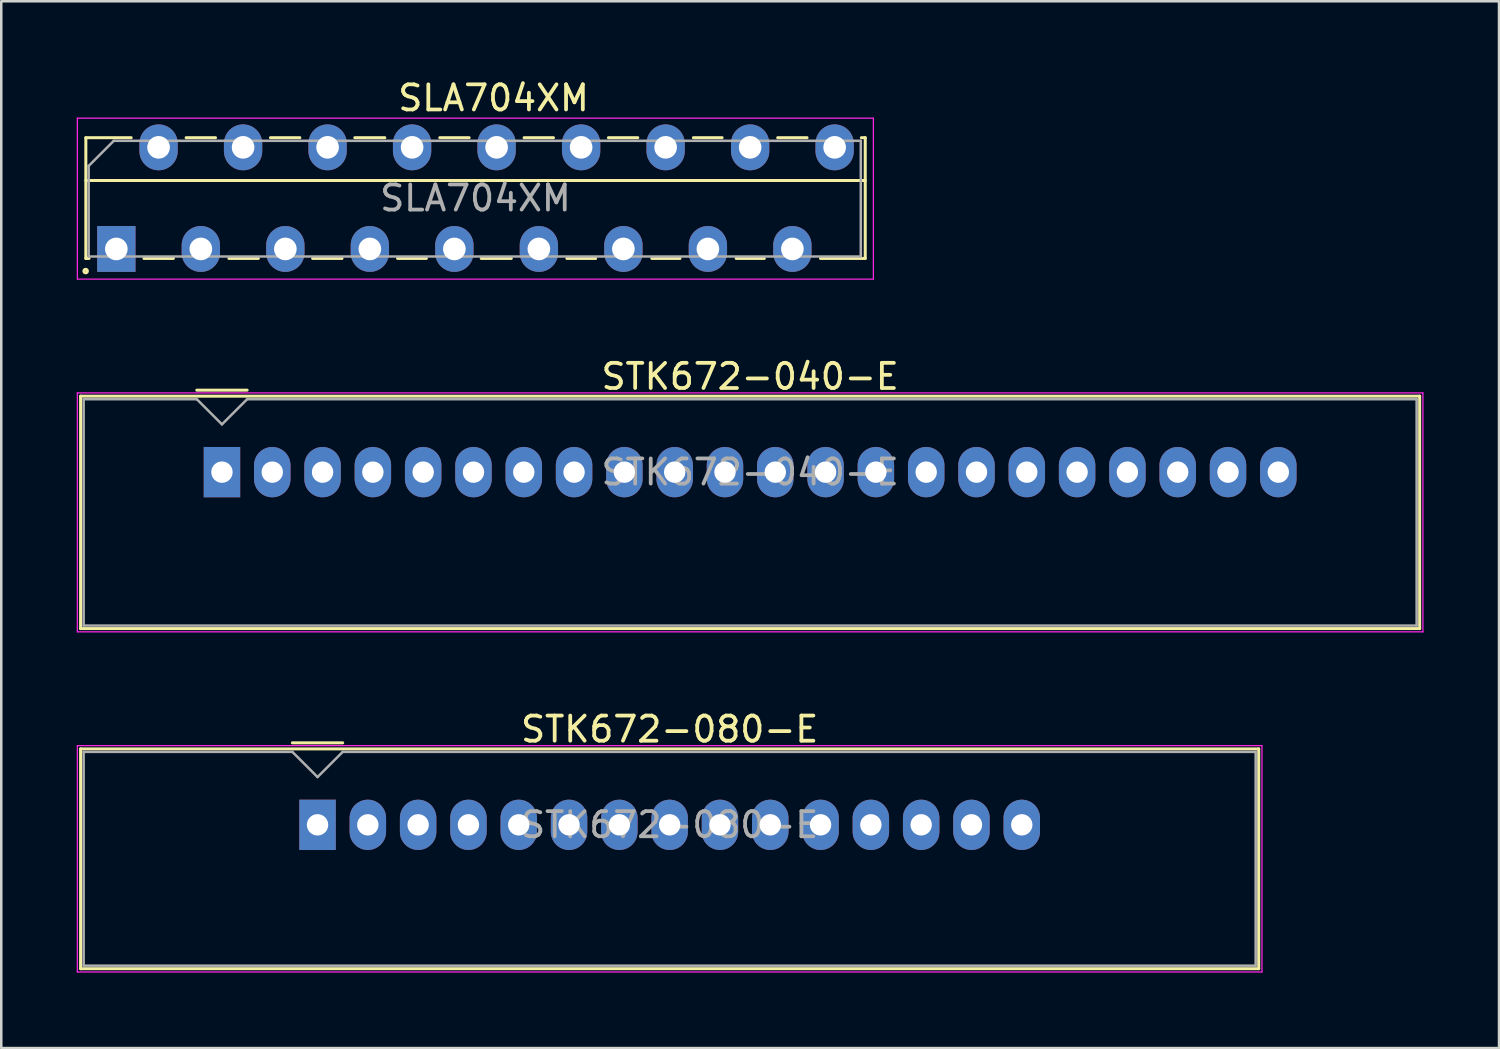
<source format=kicad_pcb>
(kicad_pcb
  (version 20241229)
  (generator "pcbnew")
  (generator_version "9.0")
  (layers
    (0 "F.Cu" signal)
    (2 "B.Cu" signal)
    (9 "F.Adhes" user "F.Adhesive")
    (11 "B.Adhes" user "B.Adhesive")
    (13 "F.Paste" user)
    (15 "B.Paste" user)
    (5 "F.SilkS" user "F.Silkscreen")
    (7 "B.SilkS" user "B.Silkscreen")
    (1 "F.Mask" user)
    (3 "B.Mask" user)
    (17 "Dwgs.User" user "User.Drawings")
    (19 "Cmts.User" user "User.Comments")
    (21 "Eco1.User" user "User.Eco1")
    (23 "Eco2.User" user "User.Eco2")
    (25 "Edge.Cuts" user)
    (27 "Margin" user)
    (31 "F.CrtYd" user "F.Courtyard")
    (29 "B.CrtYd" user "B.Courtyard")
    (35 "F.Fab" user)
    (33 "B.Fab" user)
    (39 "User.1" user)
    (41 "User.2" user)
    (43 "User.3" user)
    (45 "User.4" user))
  (footprint "SLA704XM"
    (layer "F.Cu")
    (at 1.575 6.848)
    (property "Reference" "SLA704XM" (at 15 -6 0) (layer "F.SilkS") (effects (font (size 1 1) (thickness 0.15))))
    (attr through_hole)
    (fp_line (start -1.212 -4.423) (end 0.591 -4.423) (stroke (width 0.12) (type solid)) (layer "F.SilkS"))
    (fp_line (start -1.212 -2.721) (end 29.776 -2.721) (stroke (width 0.12) (type solid)) (layer "F.SilkS"))
    (fp_line (start -1.212 0.377) (end -1.212 -4.423) (stroke (width 0.12) (type solid)) (layer "F.SilkS"))
    (fp_line (start -1.212 0.377) (end -1.085 0.377) (stroke (width 0.12) (type solid)) (layer "F.SilkS"))
    (fp_line (start 1.099 0.377) (end 2.268 0.377) (stroke (width 0.12) (type solid)) (layer "F.SilkS"))
    (fp_line (start 2.776 -4.423) (end 3.944 -4.423) (stroke (width 0.12) (type solid)) (layer "F.SilkS"))
    (fp_line (start 4.477 0.377) (end 5.646 0.377) (stroke (width 0.12) (type solid)) (layer "F.SilkS"))
    (fp_line (start 6.128 -4.423) (end 7.297 -4.423) (stroke (width 0.12) (type solid)) (layer "F.SilkS"))
    (fp_line (start 7.805 0.377) (end 8.973 0.377) (stroke (width 0.12) (type solid)) (layer "F.SilkS"))
    (fp_line (start 9.481 -4.423) (end 10.675 -4.423) (stroke (width 0.12) (type solid)) (layer "F.SilkS"))
    (fp_line (start 11.183 0.377) (end 12.326 0.377) (stroke (width 0.12) (type solid)) (layer "F.SilkS"))
    (fp_line (start 12.859 -4.423) (end 14.028 -4.423) (stroke (width 0.12) (type solid)) (layer "F.SilkS"))
    (fp_line (start 14.51 0.377) (end 15.704 0.377) (stroke (width 0.12) (type solid)) (layer "F.SilkS"))
    (fp_line (start 16.212 -4.423) (end 17.381 -4.423) (stroke (width 0.12) (type solid)) (layer "F.SilkS"))
    (fp_line (start 17.914 0.377) (end 19.057 0.377) (stroke (width 0.12) (type solid)) (layer "F.SilkS"))
    (fp_line (start 19.565 -4.423) (end 20.733 -4.423) (stroke (width 0.12) (type solid)) (layer "F.SilkS"))
    (fp_line (start 21.292 0.377) (end 22.41 0.377) (stroke (width 0.12) (type solid)) (layer "F.SilkS"))
    (fp_line (start 22.943 -4.423) (end 24.086 -4.423) (stroke (width 0.12) (type solid)) (layer "F.SilkS"))
    (fp_line (start 24.645 0.377) (end 25.763 0.377) (stroke (width 0.12) (type solid)) (layer "F.SilkS"))
    (fp_line (start 26.296 -4.423) (end 27.464 -4.423) (stroke (width 0.12) (type solid)) (layer "F.SilkS"))
    (fp_line (start 29.623 -4.423) (end 29.776 -4.423) (stroke (width 0.12) (type solid)) (layer "F.SilkS"))
    (fp_line (start 29.776 -4.423) (end 29.776 0.377) (stroke (width 0.12) (type solid)) (layer "F.SilkS"))
    (fp_line (start 29.776 0.377) (end 27.998 0.377) (stroke (width 0.12) (type solid)) (layer "F.SilkS"))
    (fp_circle (center -1.22 0.88) (end -1.22 0.87) (stroke (width 0.12) (type solid)) (fill no) (layer "F.SilkS"))
    (fp_line (start -1.55 -5.2) (end 30.1 -5.2) (stroke (width 0.05) (type solid)) (layer "F.CrtYd"))
    (fp_line (start -1.55 1.2) (end -1.55 -5.2) (stroke (width 0.05) (type solid)) (layer "F.CrtYd"))
    (fp_line (start 30.1 -5.2) (end 30.1 1.2) (stroke (width 0.05) (type solid)) (layer "F.CrtYd"))
    (fp_line (start 30.1 1.2) (end -1.55 1.2) (stroke (width 0.05) (type solid)) (layer "F.CrtYd"))
    (fp_line (start -1.1 -3.3) (end -0.1 -4.3) (stroke (width 0.1) (type solid)) (layer "F.Fab"))
    (fp_line (start -1.1 0.3) (end -1.1 -3.3) (stroke (width 0.1) (type solid)) (layer "F.Fab"))
    (fp_line (start -0.1 -4.3) (end 29.6 -4.3) (stroke (width 0.1) (type solid)) (layer "F.Fab"))
    (fp_line (start 29.6 -4.3) (end 29.6 0.3) (stroke (width 0.1) (type solid)) (layer "F.Fab"))
    (fp_line (start 29.6 0.3) (end -1.1 0.3) (stroke (width 0.1) (type solid)) (layer "F.Fab"))
    (fp_text user "${REFERENCE}" (at 14.28 -2.02 0) (layer "F.Fab") (effects (font (size 1 1) (thickness 0.15))))
    (pad "1" thru_hole rect (at 0 0) (size 1.524 1.824) (drill 0.9) (layers "*.Cu" "*.Mask"))
    (pad "2" thru_hole oval (at 1.68 -4.04) (size 1.524 1.824) (drill 0.9) (layers "*.Cu" "*.Mask"))
    (pad "3" thru_hole oval (at 3.36 0) (size 1.524 1.824) (drill 0.9) (layers "*.Cu" "*.Mask"))
    (pad "4" thru_hole oval (at 5.04 -4.04) (size 1.524 1.824) (drill 0.9) (layers "*.Cu" "*.Mask"))
    (pad "5" thru_hole oval (at 6.72 0) (size 1.524 1.824) (drill 0.9) (layers "*.Cu" "*.Mask"))
    (pad "6" thru_hole oval (at 8.4 -4.04) (size 1.524 1.824) (drill 0.9) (layers "*.Cu" "*.Mask"))
    (pad "7" thru_hole oval (at 10.08 0) (size 1.524 1.824) (drill 0.9) (layers "*.Cu" "*.Mask"))
    (pad "8" thru_hole oval (at 11.76 -4.04) (size 1.524 1.824) (drill 0.9) (layers "*.Cu" "*.Mask"))
    (pad "9" thru_hole oval (at 13.44 0) (size 1.524 1.824) (drill 0.9) (layers "*.Cu" "*.Mask"))
    (pad "10" thru_hole oval (at 15.12 -4.04) (size 1.524 1.824) (drill 0.9) (layers "*.Cu" "*.Mask"))
    (pad "11" thru_hole oval (at 16.8 0) (size 1.524 1.824) (drill 0.9) (layers "*.Cu" "*.Mask"))
    (pad "12" thru_hole oval (at 18.48 -4.04) (size 1.524 1.824) (drill 0.9) (layers "*.Cu" "*.Mask"))
    (pad "13" thru_hole oval (at 20.16 0) (size 1.524 1.824) (drill 0.9) (layers "*.Cu" "*.Mask"))
    (pad "14" thru_hole oval (at 21.84 -4.04) (size 1.524 1.824) (drill 0.9) (layers "*.Cu" "*.Mask"))
    (pad "15" thru_hole oval (at 23.52 0) (size 1.524 1.824) (drill 0.9) (layers "*.Cu" "*.Mask"))
    (pad "16" thru_hole oval (at 25.2 -4.04) (size 1.524 1.824) (drill 0.9) (layers "*.Cu" "*.Mask"))
    (pad "17" thru_hole oval (at 26.88 0) (size 1.524 1.824) (drill 0.9) (layers "*.Cu" "*.Mask"))
    (pad "18" thru_hole oval (at 28.56 -4.04) (size 1.524 1.824) (drill 0.9) (layers "*.Cu" "*.Mask")))
  (footprint "STK672-080-E"
    (layer "F.Cu")
    (at 9.575 29.745)
    (property "Reference" "STK672-080-E" (at 14 -3.8 0) (layer "F.SilkS") (effects (font (size 1 1) (thickness 0.15))))
    (attr through_hole)
    (fp_line (start -9.42 -3.02) (end 37.42 -3.02) (stroke (width 0.12) (type solid)) (layer "F.SilkS"))
    (fp_line (start -9.42 5.72) (end -9.42 -3.02) (stroke (width 0.12) (type solid)) (layer "F.SilkS"))
    (fp_line (start -1 -3.26) (end 1 -3.26) (stroke (width 0.12) (type solid)) (layer "F.SilkS"))
    (fp_line (start 37.42 -3.02) (end 37.42 5.72) (stroke (width 0.12) (type solid)) (layer "F.SilkS"))
    (fp_line (start 37.42 5.72) (end -9.42 5.72) (stroke (width 0.12) (type solid)) (layer "F.SilkS"))
    (fp_line (start -9.55 -3.15) (end -9.55 5.85) (stroke (width 0.05) (type solid)) (layer "F.CrtYd"))
    (fp_line (start -9.55 -3.15) (end 37.55 -3.15) (stroke (width 0.05) (type solid)) (layer "F.CrtYd"))
    (fp_line (start -9.55 5.85) (end 37.55 5.85) (stroke (width 0.05) (type solid)) (layer "F.CrtYd"))
    (fp_line (start 37.55 -3.15) (end 37.55 5.85) (stroke (width 0.05) (type solid)) (layer "F.CrtYd"))
    (fp_line (start -9.3 -2.9) (end -1 -2.9) (stroke (width 0.1) (type solid)) (layer "F.Fab"))
    (fp_line (start -9.3 5.6) (end -9.3 -2.9) (stroke (width 0.1) (type solid)) (layer "F.Fab"))
    (fp_line (start -1 -2.9) (end 0 -1.9) (stroke (width 0.1) (type solid)) (layer "F.Fab"))
    (fp_line (start 0 -1.9) (end 1 -2.9) (stroke (width 0.1) (type solid)) (layer "F.Fab"))
    (fp_line (start 1 -2.9) (end 37.3 -2.9) (stroke (width 0.1) (type solid)) (layer "F.Fab"))
    (fp_line (start 37.3 -2.9) (end 37.3 5.6) (stroke (width 0.1) (type solid)) (layer "F.Fab"))
    (fp_line (start 37.3 5.6) (end -9.3 5.6) (stroke (width 0.1) (type solid)) (layer "F.Fab"))
    (fp_text user "${REFERENCE}" (at 14 0 0) (layer "F.Fab") (effects (font (size 1 1) (thickness 0.15))))
    (pad "1" thru_hole rect (at 0 0) (size 1.45 2) (drill 0.85) (layers "*.Cu" "*.Mask"))
    (pad "2" thru_hole oval (at 2 0) (size 1.45 2) (drill 0.85) (layers "*.Cu" "*.Mask"))
    (pad "3" thru_hole oval (at 4 0) (size 1.45 2) (drill 0.85) (layers "*.Cu" "*.Mask"))
    (pad "4" thru_hole oval (at 6 0) (size 1.45 2) (drill 0.85) (layers "*.Cu" "*.Mask"))
    (pad "5" thru_hole oval (at 8 0) (size 1.45 2) (drill 0.85) (layers "*.Cu" "*.Mask"))
    (pad "6" thru_hole oval (at 10 0) (size 1.45 2) (drill 0.85) (layers "*.Cu" "*.Mask"))
    (pad "7" thru_hole oval (at 12 0) (size 1.45 2) (drill 0.85) (layers "*.Cu" "*.Mask"))
    (pad "8" thru_hole oval (at 14 0) (size 1.45 2) (drill 0.85) (layers "*.Cu" "*.Mask"))
    (pad "9" thru_hole oval (at 16 0) (size 1.45 2) (drill 0.85) (layers "*.Cu" "*.Mask"))
    (pad "10" thru_hole oval (at 18 0) (size 1.45 2) (drill 0.85) (layers "*.Cu" "*.Mask"))
    (pad "11" thru_hole oval (at 20 0) (size 1.45 2) (drill 0.85) (layers "*.Cu" "*.Mask"))
    (pad "12" thru_hole oval (at 22 0) (size 1.45 2) (drill 0.85) (layers "*.Cu" "*.Mask"))
    (pad "13" thru_hole oval (at 24 0) (size 1.45 2) (drill 0.85) (layers "*.Cu" "*.Mask"))
    (pad "14" thru_hole oval (at 26 0) (size 1.45 2) (drill 0.85) (layers "*.Cu" "*.Mask"))
    (pad "15" thru_hole oval (at 28 0) (size 1.45 2) (drill 0.85) (layers "*.Cu" "*.Mask")))
  (footprint "STK672-040-E"
    (layer "F.Cu")
    (at 5.775 15.722)
    (property "Reference" "STK672-040-E" (at 21 -3.8 0) (layer "F.SilkS") (effects (font (size 1 1) (thickness 0.15))))
    (attr through_hole)
    (fp_line (start -5.62 -3.02) (end 47.62 -3.02) (stroke (width 0.12) (type solid)) (layer "F.SilkS"))
    (fp_line (start -5.62 6.22) (end -5.62 -3.02) (stroke (width 0.12) (type solid)) (layer "F.SilkS"))
    (fp_line (start -1 -3.26) (end 1 -3.26) (stroke (width 0.12) (type solid)) (layer "F.SilkS"))
    (fp_line (start 47.62 -3.02) (end 47.62 6.22) (stroke (width 0.12) (type solid)) (layer "F.SilkS"))
    (fp_line (start 47.62 6.22) (end -5.62 6.22) (stroke (width 0.12) (type solid)) (layer "F.SilkS"))
    (fp_line (start -5.75 -3.15) (end 47.75 -3.15) (stroke (width 0.05) (type solid)) (layer "F.CrtYd"))
    (fp_line (start -5.75 6.35) (end -5.75 -3.15) (stroke (width 0.05) (type solid)) (layer "F.CrtYd"))
    (fp_line (start 47.75 -3.15) (end 47.75 6.35) (stroke (width 0.05) (type solid)) (layer "F.CrtYd"))
    (fp_line (start 47.75 6.35) (end -5.75 6.35) (stroke (width 0.05) (type solid)) (layer "F.CrtYd"))
    (fp_line (start -5.5 -2.9) (end -1 -2.9) (stroke (width 0.1) (type solid)) (layer "F.Fab"))
    (fp_line (start -5.5 6.1) (end -5.5 -2.9) (stroke (width 0.1) (type solid)) (layer "F.Fab"))
    (fp_line (start -1 -2.9) (end 0 -1.9) (stroke (width 0.1) (type solid)) (layer "F.Fab"))
    (fp_line (start 0 -1.9) (end 1 -2.9) (stroke (width 0.1) (type solid)) (layer "F.Fab"))
    (fp_line (start 1 -2.9) (end 47.5 -2.9) (stroke (width 0.1) (type solid)) (layer "F.Fab"))
    (fp_line (start 47.5 -2.9) (end 47.5 6.1) (stroke (width 0.1) (type solid)) (layer "F.Fab"))
    (fp_line (start 47.5 6.1) (end -5.5 6.1) (stroke (width 0.1) (type solid)) (layer "F.Fab"))
    (fp_text user "${REFERENCE}" (at 21 0 0) (layer "F.Fab") (effects (font (size 1 1) (thickness 0.15))))
    (pad "1" thru_hole rect (at 0 0) (size 1.45 2) (drill 0.85) (layers "*.Cu" "*.Mask"))
    (pad "2" thru_hole oval (at 2 0) (size 1.45 2) (drill 0.85) (layers "*.Cu" "*.Mask"))
    (pad "3" thru_hole oval (at 4 0) (size 1.45 2) (drill 0.85) (layers "*.Cu" "*.Mask"))
    (pad "4" thru_hole oval (at 6 0) (size 1.45 2) (drill 0.85) (layers "*.Cu" "*.Mask"))
    (pad "5" thru_hole oval (at 8 0) (size 1.45 2) (drill 0.85) (layers "*.Cu" "*.Mask"))
    (pad "6" thru_hole oval (at 10 0) (size 1.45 2) (drill 0.85) (layers "*.Cu" "*.Mask"))
    (pad "7" thru_hole oval (at 12 0) (size 1.45 2) (drill 0.85) (layers "*.Cu" "*.Mask"))
    (pad "8" thru_hole oval (at 14 0) (size 1.45 2) (drill 0.85) (layers "*.Cu" "*.Mask"))
    (pad "9" thru_hole oval (at 16 0) (size 1.45 2) (drill 0.85) (layers "*.Cu" "*.Mask"))
    (pad "10" thru_hole oval (at 18 0) (size 1.45 2) (drill 0.85) (layers "*.Cu" "*.Mask"))
    (pad "11" thru_hole oval (at 20 0) (size 1.45 2) (drill 0.85) (layers "*.Cu" "*.Mask"))
    (pad "12" thru_hole oval (at 22 0) (size 1.45 2) (drill 0.85) (layers "*.Cu" "*.Mask"))
    (pad "13" thru_hole oval (at 24 0) (size 1.45 2) (drill 0.85) (layers "*.Cu" "*.Mask"))
    (pad "14" thru_hole oval (at 26 0) (size 1.45 2) (drill 0.85) (layers "*.Cu" "*.Mask"))
    (pad "15" thru_hole oval (at 28 0) (size 1.45 2) (drill 0.85) (layers "*.Cu" "*.Mask"))
    (pad "16" thru_hole oval (at 30 0) (size 1.45 2) (drill 0.85) (layers "*.Cu" "*.Mask"))
    (pad "17" thru_hole oval (at 32 0) (size 1.45 2) (drill 0.85) (layers "*.Cu" "*.Mask"))
    (pad "18" thru_hole oval (at 34 0) (size 1.45 2) (drill 0.85) (layers "*.Cu" "*.Mask"))
    (pad "19" thru_hole oval (at 36 0) (size 1.45 2) (drill 0.85) (layers "*.Cu" "*.Mask"))
    (pad "20" thru_hole oval (at 38 0) (size 1.45 2) (drill 0.85) (layers "*.Cu" "*.Mask"))
    (pad "21" thru_hole oval (at 40 0) (size 1.45 2) (drill 0.85) (layers "*.Cu" "*.Mask"))
    (pad "22" thru_hole oval (at 42 0) (size 1.45 2) (drill 0.85) (layers "*.Cu" "*.Mask")))
  (gr_rect
    (start -3 -3)
    (end 56.55 38.62)
    (stroke (width 0.1) (type default))
    (fill no)
    (layer "Edge.Cuts")))
</source>
